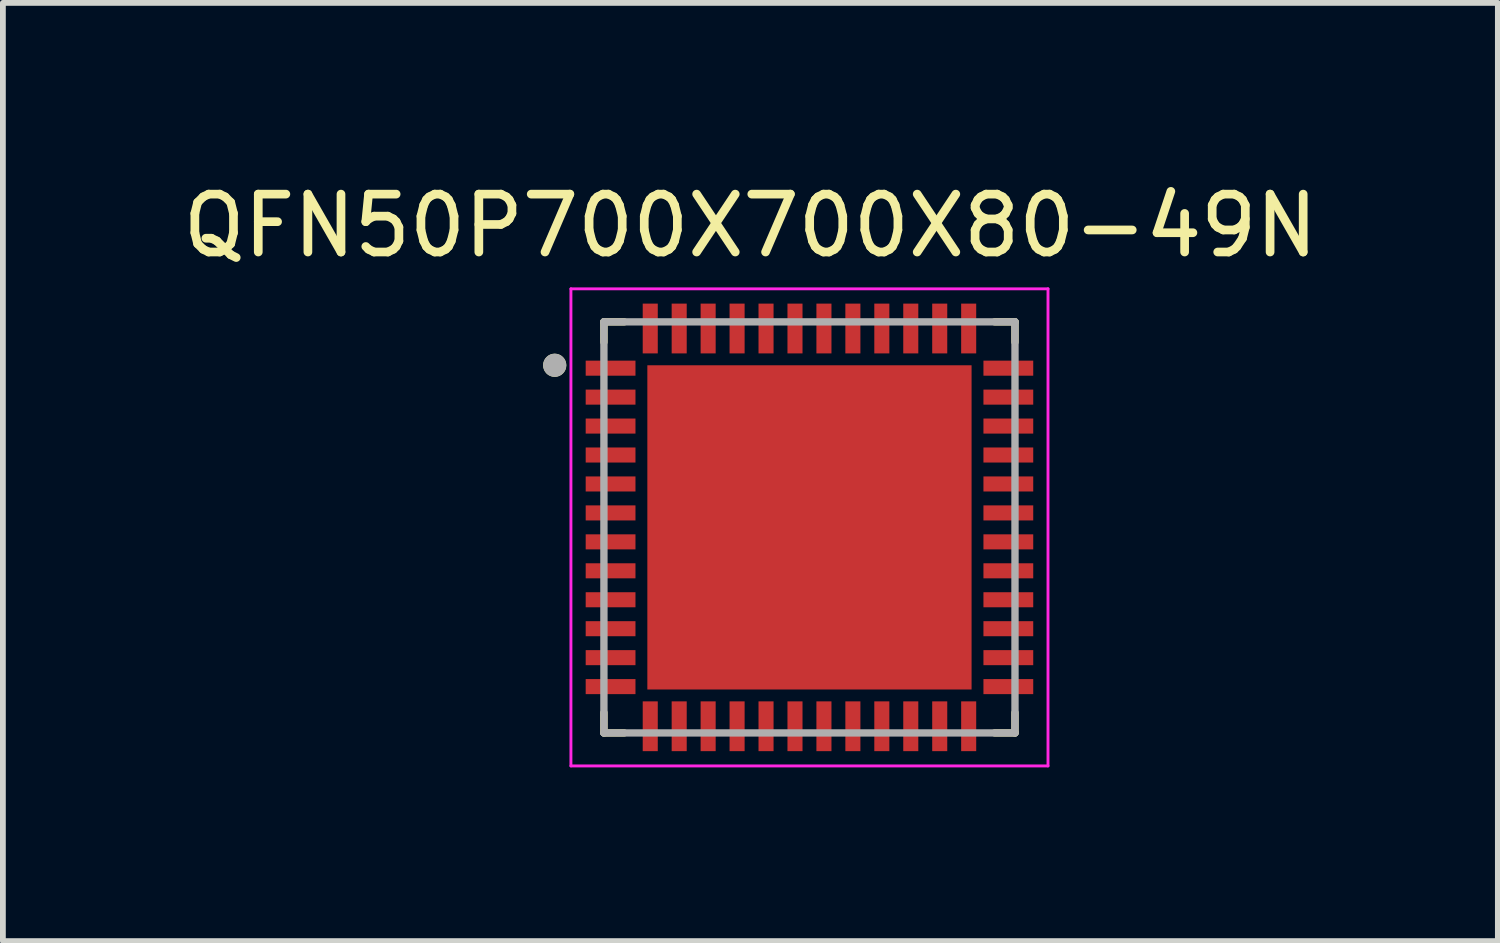
<source format=kicad_pcb>
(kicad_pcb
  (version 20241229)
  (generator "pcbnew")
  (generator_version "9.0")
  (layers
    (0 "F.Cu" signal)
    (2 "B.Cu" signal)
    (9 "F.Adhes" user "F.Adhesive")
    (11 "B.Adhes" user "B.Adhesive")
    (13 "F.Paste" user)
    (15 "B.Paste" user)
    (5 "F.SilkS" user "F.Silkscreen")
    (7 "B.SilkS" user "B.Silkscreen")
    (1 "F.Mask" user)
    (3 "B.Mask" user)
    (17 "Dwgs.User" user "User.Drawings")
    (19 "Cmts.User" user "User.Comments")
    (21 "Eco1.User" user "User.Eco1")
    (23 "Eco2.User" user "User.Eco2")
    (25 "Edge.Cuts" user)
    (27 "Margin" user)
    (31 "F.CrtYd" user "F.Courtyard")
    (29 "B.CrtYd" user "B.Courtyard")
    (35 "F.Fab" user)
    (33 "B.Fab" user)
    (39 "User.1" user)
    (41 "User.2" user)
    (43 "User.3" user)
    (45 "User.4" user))
  (footprint "QFN50P700X700X80-49N"
    (layer "F.Cu")
    (at 10.931 6.059)
    (property "Reference" "QFN50P700X700X80-49N" (at -1.02 -5.211 0) (layer "F.SilkS") (effects (font (size 1 1) (thickness 0.15))))
    (attr smd)
    (fp_line (start -3.55 -3.55) (end -3.55 -3.2) (stroke (width 0.127) (type solid)) (layer "F.SilkS"))
    (fp_line (start -3.55 3.2) (end -3.55 3.55) (stroke (width 0.127) (type solid)) (layer "F.SilkS"))
    (fp_line (start -3.55 3.55) (end -3.2 3.55) (stroke (width 0.127) (type solid)) (layer "F.SilkS"))
    (fp_line (start -3.2 -3.55) (end -3.55 -3.55) (stroke (width 0.127) (type solid)) (layer "F.SilkS"))
    (fp_line (start 3.2 -3.55) (end 3.55 -3.55) (stroke (width 0.127) (type solid)) (layer "F.SilkS"))
    (fp_line (start 3.2 3.55) (end 3.55 3.55) (stroke (width 0.127) (type solid)) (layer "F.SilkS"))
    (fp_line (start 3.55 -3.55) (end 3.55 -3.2) (stroke (width 0.127) (type solid)) (layer "F.SilkS"))
    (fp_line (start 3.55 3.55) (end 3.55 3.2) (stroke (width 0.127) (type solid)) (layer "F.SilkS"))
    (fp_circle (center -4.4 -2.8) (end -4.3 -2.8) (stroke (width 0.2) (type solid)) (fill no) (layer "F.SilkS"))
    (fp_poly (pts (xy -2.53 -2.53) (xy -1.21 -2.53) (xy -1.21 -1.21) (xy -2.53 -1.21)) (stroke (width 0.01) (type solid)) (fill yes) (layer "F.Paste"))
    (fp_poly (pts (xy -2.53 -0.66) (xy -1.21 -0.66) (xy -1.21 0.66) (xy -2.53 0.66)) (stroke (width 0.01) (type solid)) (fill yes) (layer "F.Paste"))
    (fp_poly (pts (xy -2.53 1.21) (xy -1.21 1.21) (xy -1.21 2.53) (xy -2.53 2.53)) (stroke (width 0.01) (type solid)) (fill yes) (layer "F.Paste"))
    (fp_poly (pts (xy -0.66 -2.53) (xy 0.66 -2.53) (xy 0.66 -1.21) (xy -0.66 -1.21)) (stroke (width 0.01) (type solid)) (fill yes) (layer "F.Paste"))
    (fp_poly (pts (xy -0.66 -0.66) (xy 0.66 -0.66) (xy 0.66 0.66) (xy -0.66 0.66)) (stroke (width 0.01) (type solid)) (fill yes) (layer "F.Paste"))
    (fp_poly (pts (xy -0.66 1.21) (xy 0.66 1.21) (xy 0.66 2.53) (xy -0.66 2.53)) (stroke (width 0.01) (type solid)) (fill yes) (layer "F.Paste"))
    (fp_poly (pts (xy 1.21 -2.53) (xy 2.53 -2.53) (xy 2.53 -1.21) (xy 1.21 -1.21)) (stroke (width 0.01) (type solid)) (fill yes) (layer "F.Paste"))
    (fp_poly (pts (xy 1.21 -0.66) (xy 2.53 -0.66) (xy 2.53 0.66) (xy 1.21 0.66)) (stroke (width 0.01) (type solid)) (fill yes) (layer "F.Paste"))
    (fp_poly (pts (xy 1.21 1.21) (xy 2.53 1.21) (xy 2.53 2.53) (xy 1.21 2.53)) (stroke (width 0.01) (type solid)) (fill yes) (layer "F.Paste"))
    (fp_line (start -4.12 -4.12) (end 4.12 -4.12) (stroke (width 0.05) (type solid)) (layer "F.CrtYd"))
    (fp_line (start -4.12 4.12) (end -4.12 -4.12) (stroke (width 0.05) (type solid)) (layer "F.CrtYd"))
    (fp_line (start 4.12 -4.12) (end 4.12 4.12) (stroke (width 0.05) (type solid)) (layer "F.CrtYd"))
    (fp_line (start 4.12 4.12) (end -4.12 4.12) (stroke (width 0.05) (type solid)) (layer "F.CrtYd"))
    (fp_line (start -3.55 -3.55) (end 3.55 -3.55) (stroke (width 0.127) (type solid)) (layer "F.Fab"))
    (fp_line (start -3.55 3.55) (end -3.55 -3.55) (stroke (width 0.127) (type solid)) (layer "F.Fab"))
    (fp_line (start 3.55 -3.55) (end 3.55 3.55) (stroke (width 0.127) (type solid)) (layer "F.Fab"))
    (fp_line (start 3.55 3.55) (end -3.55 3.55) (stroke (width 0.127) (type solid)) (layer "F.Fab"))
    (fp_circle (center -4.4 -2.8) (end -4.3 -2.8) (stroke (width 0.2) (type solid)) (fill no) (layer "F.Fab"))
    (pad "1" smd rect (at -3.435 -2.75) (size 0.86 0.26) (layers "F.Cu" "F.Mask" "F.Paste"))
    (pad "2" smd rect (at -3.435 -2.25) (size 0.86 0.26) (layers "F.Cu" "F.Mask" "F.Paste"))
    (pad "3" smd rect (at -3.435 -1.75) (size 0.86 0.26) (layers "F.Cu" "F.Mask" "F.Paste"))
    (pad "4" smd rect (at -3.435 -1.25) (size 0.86 0.26) (layers "F.Cu" "F.Mask" "F.Paste"))
    (pad "5" smd rect (at -3.435 -0.75) (size 0.86 0.26) (layers "F.Cu" "F.Mask" "F.Paste"))
    (pad "6" smd rect (at -3.435 -0.25) (size 0.86 0.26) (layers "F.Cu" "F.Mask" "F.Paste"))
    (pad "7" smd rect (at -3.435 0.25) (size 0.86 0.26) (layers "F.Cu" "F.Mask" "F.Paste"))
    (pad "8" smd rect (at -3.435 0.75) (size 0.86 0.26) (layers "F.Cu" "F.Mask" "F.Paste"))
    (pad "9" smd rect (at -3.435 1.25) (size 0.86 0.26) (layers "F.Cu" "F.Mask" "F.Paste"))
    (pad "10" smd rect (at -3.435 1.75) (size 0.86 0.26) (layers "F.Cu" "F.Mask" "F.Paste"))
    (pad "11" smd rect (at -3.435 2.25) (size 0.86 0.26) (layers "F.Cu" "F.Mask" "F.Paste"))
    (pad "12" smd rect (at -3.435 2.75) (size 0.86 0.26) (layers "F.Cu" "F.Mask" "F.Paste"))
    (pad "13" smd rect (at -2.75 3.435 90) (size 0.86 0.26) (layers "F.Cu" "F.Mask" "F.Paste"))
    (pad "14" smd rect (at -2.25 3.435 90) (size 0.86 0.26) (layers "F.Cu" "F.Mask" "F.Paste"))
    (pad "15" smd rect (at -1.75 3.435 90) (size 0.86 0.26) (layers "F.Cu" "F.Mask" "F.Paste"))
    (pad "16" smd rect (at -1.25 3.435 90) (size 0.86 0.26) (layers "F.Cu" "F.Mask" "F.Paste"))
    (pad "17" smd rect (at -0.75 3.435 90) (size 0.86 0.26) (layers "F.Cu" "F.Mask" "F.Paste"))
    (pad "18" smd rect (at -0.25 3.435 90) (size 0.86 0.26) (layers "F.Cu" "F.Mask" "F.Paste"))
    (pad "19" smd rect (at 0.25 3.435 90) (size 0.86 0.26) (layers "F.Cu" "F.Mask" "F.Paste"))
    (pad "20" smd rect (at 0.75 3.435 90) (size 0.86 0.26) (layers "F.Cu" "F.Mask" "F.Paste"))
    (pad "21" smd rect (at 1.25 3.435 90) (size 0.86 0.26) (layers "F.Cu" "F.Mask" "F.Paste"))
    (pad "22" smd rect (at 1.75 3.435 90) (size 0.86 0.26) (layers "F.Cu" "F.Mask" "F.Paste"))
    (pad "23" smd rect (at 2.25 3.435 90) (size 0.86 0.26) (layers "F.Cu" "F.Mask" "F.Paste"))
    (pad "24" smd rect (at 2.75 3.435 90) (size 0.86 0.26) (layers "F.Cu" "F.Mask" "F.Paste"))
    (pad "25" smd rect (at 3.435 2.75) (size 0.86 0.26) (layers "F.Cu" "F.Mask" "F.Paste"))
    (pad "26" smd rect (at 3.435 2.25) (size 0.86 0.26) (layers "F.Cu" "F.Mask" "F.Paste"))
    (pad "27" smd rect (at 3.435 1.75) (size 0.86 0.26) (layers "F.Cu" "F.Mask" "F.Paste"))
    (pad "28" smd rect (at 3.435 1.25) (size 0.86 0.26) (layers "F.Cu" "F.Mask" "F.Paste"))
    (pad "29" smd rect (at 3.435 0.75) (size 0.86 0.26) (layers "F.Cu" "F.Mask" "F.Paste"))
    (pad "30" smd rect (at 3.435 0.25) (size 0.86 0.26) (layers "F.Cu" "F.Mask" "F.Paste"))
    (pad "31" smd rect (at 3.435 -0.25) (size 0.86 0.26) (layers "F.Cu" "F.Mask" "F.Paste"))
    (pad "32" smd rect (at 3.435 -0.75) (size 0.86 0.26) (layers "F.Cu" "F.Mask" "F.Paste"))
    (pad "33" smd rect (at 3.435 -1.25) (size 0.86 0.26) (layers "F.Cu" "F.Mask" "F.Paste"))
    (pad "34" smd rect (at 3.435 -1.75 180) (size 0.86 0.26) (layers "F.Cu" "F.Mask" "F.Paste"))
    (pad "35" smd rect (at 3.435 -2.25 180) (size 0.86 0.26) (layers "F.Cu" "F.Mask" "F.Paste"))
    (pad "36" smd rect (at 3.435 -2.75 180) (size 0.86 0.26) (layers "F.Cu" "F.Mask" "F.Paste"))
    (pad "37" smd rect (at 2.75 -3.435 90) (size 0.86 0.26) (layers "F.Cu" "F.Mask" "F.Paste"))
    (pad "38" smd rect (at 2.25 -3.435 90) (size 0.86 0.26) (layers "F.Cu" "F.Mask" "F.Paste"))
    (pad "39" smd rect (at 1.75 -3.435 90) (size 0.86 0.26) (layers "F.Cu" "F.Mask" "F.Paste"))
    (pad "40" smd rect (at 1.25 -3.435 90) (size 0.86 0.26) (layers "F.Cu" "F.Mask" "F.Paste"))
    (pad "41" smd rect (at 0.75 -3.435 90) (size 0.86 0.26) (layers "F.Cu" "F.Mask" "F.Paste"))
    (pad "42" smd rect (at 0.25 -3.435 90) (size 0.86 0.26) (layers "F.Cu" "F.Mask" "F.Paste"))
    (pad "43" smd rect (at -0.25 -3.435 90) (size 0.86 0.26) (layers "F.Cu" "F.Mask" "F.Paste"))
    (pad "44" smd rect (at -0.75 -3.435 90) (size 0.86 0.26) (layers "F.Cu" "F.Mask" "F.Paste"))
    (pad "45" smd rect (at -1.25 -3.435 90) (size 0.86 0.26) (layers "F.Cu" "F.Mask" "F.Paste"))
    (pad "46" smd rect (at -1.75 -3.435 90) (size 0.86 0.26) (layers "F.Cu" "F.Mask" "F.Paste"))
    (pad "47" smd rect (at -2.25 -3.435 90) (size 0.86 0.26) (layers "F.Cu" "F.Mask" "F.Paste"))
    (pad "48" smd rect (at -2.75 -3.435 90) (size 0.86 0.26) (layers "F.Cu" "F.Mask" "F.Paste"))
    (pad "49" smd rect (at 0 0) (size 5.6 5.6) (layers "F.Cu" "F.Mask")))
  (gr_rect
    (start -3 -3)
    (end 22.821 13.204)
    (stroke (width 0.1) (type default))
    (fill no)
    (layer "Edge.Cuts")))
</source>
